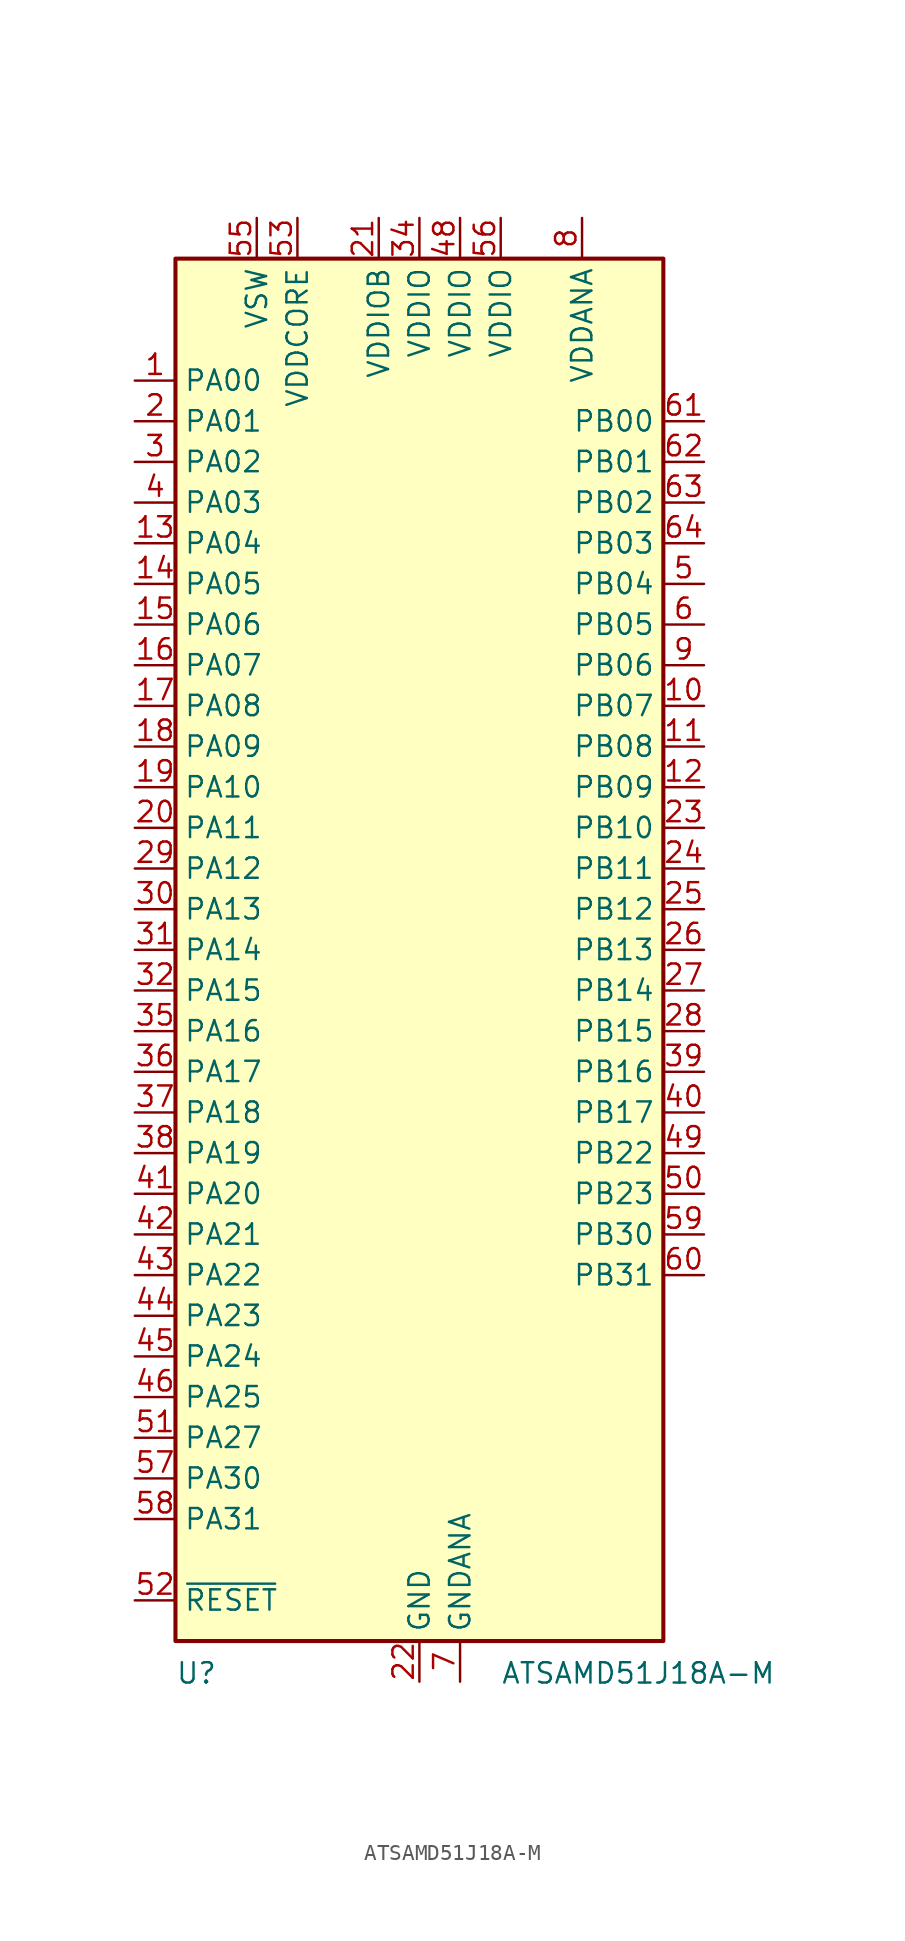
<source format=kicad_sym>
(kicad_symbol_lib
  (version 20220914)
  (generator kicad_symbol_editor)
  (symbol "ATSAMD51J18A-M"
    (property "Reference" "U"
      (at -15.24 -44.45 0)
      (effects (font (size 1.27 1.27)) (justify left top)))
    (property "Value" "ATSAMD51J18A-M"
      (at 5.08 -44.45 0)
      (effects (font (size 1.27 1.27)) (justify left top)))
    (symbol "ATSAMD51J18A-M_0_1"
      (rectangle (start -15.24 43.18) (end 15.24 -43.18) (stroke (width 0.254) (type default)) (fill (type background))))
    (symbol "ATSAMD51J18A-M_1_0"
      (pin bidirectional line (at 17.78 25.4 180) (length 2.54) (name "PB03" (effects (font (size 1.27 1.27)))) (number "64" (effects (font (size 1.27 1.27))))))
    (symbol "ATSAMD51J18A-M_1_1"
      (pin bidirectional line (at -17.78 35.56 0) (length 2.54) (name "PA00" (effects (font (size 1.27 1.27)))) (number "1" (effects (font (size 1.27 1.27)))))
      (pin bidirectional line (at 17.78 15.24 180) (length 2.54) (name "PB07" (effects (font (size 1.27 1.27)))) (number "10" (effects (font (size 1.27 1.27)))))
      (pin bidirectional line (at 17.78 12.7 180) (length 2.54) (name "PB08" (effects (font (size 1.27 1.27)))) (number "11" (effects (font (size 1.27 1.27)))))
      (pin bidirectional line (at 17.78 10.16 180) (length 2.54) (name "PB09" (effects (font (size 1.27 1.27)))) (number "12" (effects (font (size 1.27 1.27)))))
      (pin bidirectional line (at -17.78 25.4 0) (length 2.54) (name "PA04" (effects (font (size 1.27 1.27)))) (number "13" (effects (font (size 1.27 1.27)))))
      (pin bidirectional line (at -17.78 22.86 0) (length 2.54) (name "PA05" (effects (font (size 1.27 1.27)))) (number "14" (effects (font (size 1.27 1.27)))))
      (pin bidirectional line (at -17.78 20.32 0) (length 2.54) (name "PA06" (effects (font (size 1.27 1.27)))) (number "15" (effects (font (size 1.27 1.27)))))
      (pin bidirectional line (at -17.78 17.78 0) (length 2.54) (name "PA07" (effects (font (size 1.27 1.27)))) (number "16" (effects (font (size 1.27 1.27)))))
      (pin bidirectional line (at -17.78 15.24 0) (length 2.54) (name "PA08" (effects (font (size 1.27 1.27)))) (number "17" (effects (font (size 1.27 1.27)))))
      (pin bidirectional line (at -17.78 12.7 0) (length 2.54) (name "PA09" (effects (font (size 1.27 1.27)))) (number "18" (effects (font (size 1.27 1.27)))))
      (pin bidirectional line (at -17.78 10.16 0) (length 2.54) (name "PA10" (effects (font (size 1.27 1.27)))) (number "19" (effects (font (size 1.27 1.27)))))
      (pin bidirectional line (at -17.78 33.02 0) (length 2.54) (name "PA01" (effects (font (size 1.27 1.27)))) (number "2" (effects (font (size 1.27 1.27)))))
      (pin bidirectional line (at -17.78 7.62 0) (length 2.54) (name "PA11" (effects (font (size 1.27 1.27)))) (number "20" (effects (font (size 1.27 1.27)))))
      (pin power_in line (at -2.54 45.72 270) (length 2.54) (name "VDDIOB" (effects (font (size 1.27 1.27)))) (number "21" (effects (font (size 1.27 1.27)))))
      (pin power_in line (at 0 -45.72 90) (length 2.54) (name "GND" (effects (font (size 1.27 1.27)))) (number "22" (effects (font (size 1.27 1.27)))))
      (pin bidirectional line (at 17.78 7.62 180) (length 2.54) (name "PB10" (effects (font (size 1.27 1.27)))) (number "23" (effects (font (size 1.27 1.27)))))
      (pin bidirectional line (at 17.78 5.08 180) (length 2.54) (name "PB11" (effects (font (size 1.27 1.27)))) (number "24" (effects (font (size 1.27 1.27)))))
      (pin bidirectional line (at 17.78 2.54 180) (length 2.54) (name "PB12" (effects (font (size 1.27 1.27)))) (number "25" (effects (font (size 1.27 1.27)))))
      (pin bidirectional line (at 17.78 0 180) (length 2.54) (name "PB13" (effects (font (size 1.27 1.27)))) (number "26" (effects (font (size 1.27 1.27)))))
      (pin bidirectional line (at 17.78 -2.54 180) (length 2.54) (name "PB14" (effects (font (size 1.27 1.27)))) (number "27" (effects (font (size 1.27 1.27)))))
      (pin bidirectional line (at 17.78 -5.08 180) (length 2.54) (name "PB15" (effects (font (size 1.27 1.27)))) (number "28" (effects (font (size 1.27 1.27)))))
      (pin bidirectional line (at -17.78 5.08 0) (length 2.54) (name "PA12" (effects (font (size 1.27 1.27)))) (number "29" (effects (font (size 1.27 1.27)))))
      (pin bidirectional line (at -17.78 30.48 0) (length 2.54) (name "PA02" (effects (font (size 1.27 1.27)))) (number "3" (effects (font (size 1.27 1.27)))))
      (pin bidirectional line (at -17.78 2.54 0) (length 2.54) (name "PA13" (effects (font (size 1.27 1.27)))) (number "30" (effects (font (size 1.27 1.27)))))
      (pin bidirectional line (at -17.78 0 0) (length 2.54) (name "PA14" (effects (font (size 1.27 1.27)))) (number "31" (effects (font (size 1.27 1.27)))))
      (pin bidirectional line (at -17.78 -2.54 0) (length 2.54) (name "PA15" (effects (font (size 1.27 1.27)))) (number "32" (effects (font (size 1.27 1.27)))))
      (pin passive line (at 0 -45.72 90) (length 2.54) hide (name "GND" (effects (font (size 1.27 1.27)))) (number "33" (effects (font (size 1.27 1.27)))))
      (pin power_in line (at 0 45.72 270) (length 2.54) (name "VDDIO" (effects (font (size 1.27 1.27)))) (number "34" (effects (font (size 1.27 1.27)))))
      (pin bidirectional line (at -17.78 -5.08 0) (length 2.54) (name "PA16" (effects (font (size 1.27 1.27)))) (number "35" (effects (font (size 1.27 1.27)))))
      (pin bidirectional line (at -17.78 -7.62 0) (length 2.54) (name "PA17" (effects (font (size 1.27 1.27)))) (number "36" (effects (font (size 1.27 1.27)))))
      (pin bidirectional line (at -17.78 -10.16 0) (length 2.54) (name "PA18" (effects (font (size 1.27 1.27)))) (number "37" (effects (font (size 1.27 1.27)))))
      (pin bidirectional line (at -17.78 -12.7 0) (length 2.54) (name "PA19" (effects (font (size 1.27 1.27)))) (number "38" (effects (font (size 1.27 1.27)))))
      (pin bidirectional line (at 17.78 -7.62 180) (length 2.54) (name "PB16" (effects (font (size 1.27 1.27)))) (number "39" (effects (font (size 1.27 1.27)))))
      (pin bidirectional line (at -17.78 27.94 0) (length 2.54) (name "PA03" (effects (font (size 1.27 1.27)))) (number "4" (effects (font (size 1.27 1.27)))))
      (pin bidirectional line (at 17.78 -10.16 180) (length 2.54) (name "PB17" (effects (font (size 1.27 1.27)))) (number "40" (effects (font (size 1.27 1.27)))))
      (pin bidirectional line (at -17.78 -15.24 0) (length 2.54) (name "PA20" (effects (font (size 1.27 1.27)))) (number "41" (effects (font (size 1.27 1.27)))))
      (pin bidirectional line (at -17.78 -17.78 0) (length 2.54) (name "PA21" (effects (font (size 1.27 1.27)))) (number "42" (effects (font (size 1.27 1.27)))))
      (pin bidirectional line (at -17.78 -20.32 0) (length 2.54) (name "PA22" (effects (font (size 1.27 1.27)))) (number "43" (effects (font (size 1.27 1.27)))))
      (pin bidirectional line (at -17.78 -22.86 0) (length 2.54) (name "PA23" (effects (font (size 1.27 1.27)))) (number "44" (effects (font (size 1.27 1.27)))))
      (pin bidirectional line (at -17.78 -25.4 0) (length 2.54) (name "PA24" (effects (font (size 1.27 1.27)))) (number "45" (effects (font (size 1.27 1.27)))))
      (pin bidirectional line (at -17.78 -27.94 0) (length 2.54) (name "PA25" (effects (font (size 1.27 1.27)))) (number "46" (effects (font (size 1.27 1.27)))))
      (pin passive line (at 0 -45.72 90) (length 2.54) hide (name "GND" (effects (font (size 1.27 1.27)))) (number "47" (effects (font (size 1.27 1.27)))))
      (pin power_in line (at 2.54 45.72 270) (length 2.54) (name "VDDIO" (effects (font (size 1.27 1.27)))) (number "48" (effects (font (size 1.27 1.27)))))
      (pin bidirectional line (at 17.78 -12.7 180) (length 2.54) (name "PB22" (effects (font (size 1.27 1.27)))) (number "49" (effects (font (size 1.27 1.27)))))
      (pin bidirectional line (at 17.78 22.86 180) (length 2.54) (name "PB04" (effects (font (size 1.27 1.27)))) (number "5" (effects (font (size 1.27 1.27)))))
      (pin bidirectional line (at 17.78 -15.24 180) (length 2.54) (name "PB23" (effects (font (size 1.27 1.27)))) (number "50" (effects (font (size 1.27 1.27)))))
      (pin bidirectional line (at -17.78 -30.48 0) (length 2.54) (name "PA27" (effects (font (size 1.27 1.27)))) (number "51" (effects (font (size 1.27 1.27)))))
      (pin input line (at -17.78 -40.64 0) (length 2.54) (name "~{RESET}" (effects (font (size 1.27 1.27)))) (number "52" (effects (font (size 1.27 1.27)))))
      (pin power_out line (at -7.62 45.72 270) (length 2.54) (name "VDDCORE" (effects (font (size 1.27 1.27)))) (number "53" (effects (font (size 1.27 1.27)))))
      (pin passive line (at 0 -45.72 90) (length 2.54) hide (name "GND" (effects (font (size 1.27 1.27)))) (number "54" (effects (font (size 1.27 1.27)))))
      (pin power_in line (at -10.16 45.72 270) (length 2.54) (name "VSW" (effects (font (size 1.27 1.27)))) (number "55" (effects (font (size 1.27 1.27)))))
      (pin power_in line (at 5.08 45.72 270) (length 2.54) (name "VDDIO" (effects (font (size 1.27 1.27)))) (number "56" (effects (font (size 1.27 1.27)))))
      (pin bidirectional line (at -17.78 -33.02 0) (length 2.54) (name "PA30" (effects (font (size 1.27 1.27)))) (number "57" (effects (font (size 1.27 1.27)))))
      (pin bidirectional line (at -17.78 -35.56 0) (length 2.54) (name "PA31" (effects (font (size 1.27 1.27)))) (number "58" (effects (font (size 1.27 1.27)))))
      (pin bidirectional line (at 17.78 -17.78 180) (length 2.54) (name "PB30" (effects (font (size 1.27 1.27)))) (number "59" (effects (font (size 1.27 1.27)))))
      (pin bidirectional line (at 17.78 20.32 180) (length 2.54) (name "PB05" (effects (font (size 1.27 1.27)))) (number "6" (effects (font (size 1.27 1.27)))))
      (pin bidirectional line (at 17.78 -20.32 180) (length 2.54) (name "PB31" (effects (font (size 1.27 1.27)))) (number "60" (effects (font (size 1.27 1.27)))))
      (pin bidirectional line (at 17.78 33.02 180) (length 2.54) (name "PB00" (effects (font (size 1.27 1.27)))) (number "61" (effects (font (size 1.27 1.27)))))
      (pin bidirectional line (at 17.78 30.48 180) (length 2.54) (name "PB01" (effects (font (size 1.27 1.27)))) (number "62" (effects (font (size 1.27 1.27)))))
      (pin bidirectional line (at 17.78 27.94 180) (length 2.54) (name "PB02" (effects (font (size 1.27 1.27)))) (number "63" (effects (font (size 1.27 1.27)))))
      (pin passive line (at 0 -45.72 90) (length 2.54) hide (name "GND" (effects (font (size 1.27 1.27)))) (number "65" (effects (font (size 1.27 1.27)))))
      (pin power_in line (at 2.54 -45.72 90) (length 2.54) (name "GNDANA" (effects (font (size 1.27 1.27)))) (number "7" (effects (font (size 1.27 1.27)))))
      (pin power_in line (at 10.16 45.72 270) (length 2.54) (name "VDDANA" (effects (font (size 1.27 1.27)))) (number "8" (effects (font (size 1.27 1.27)))))
      (pin bidirectional line (at 17.78 17.78 180) (length 2.54) (name "PB06" (effects (font (size 1.27 1.27)))) (number "9" (effects (font (size 1.27 1.27))))))))
</source>
